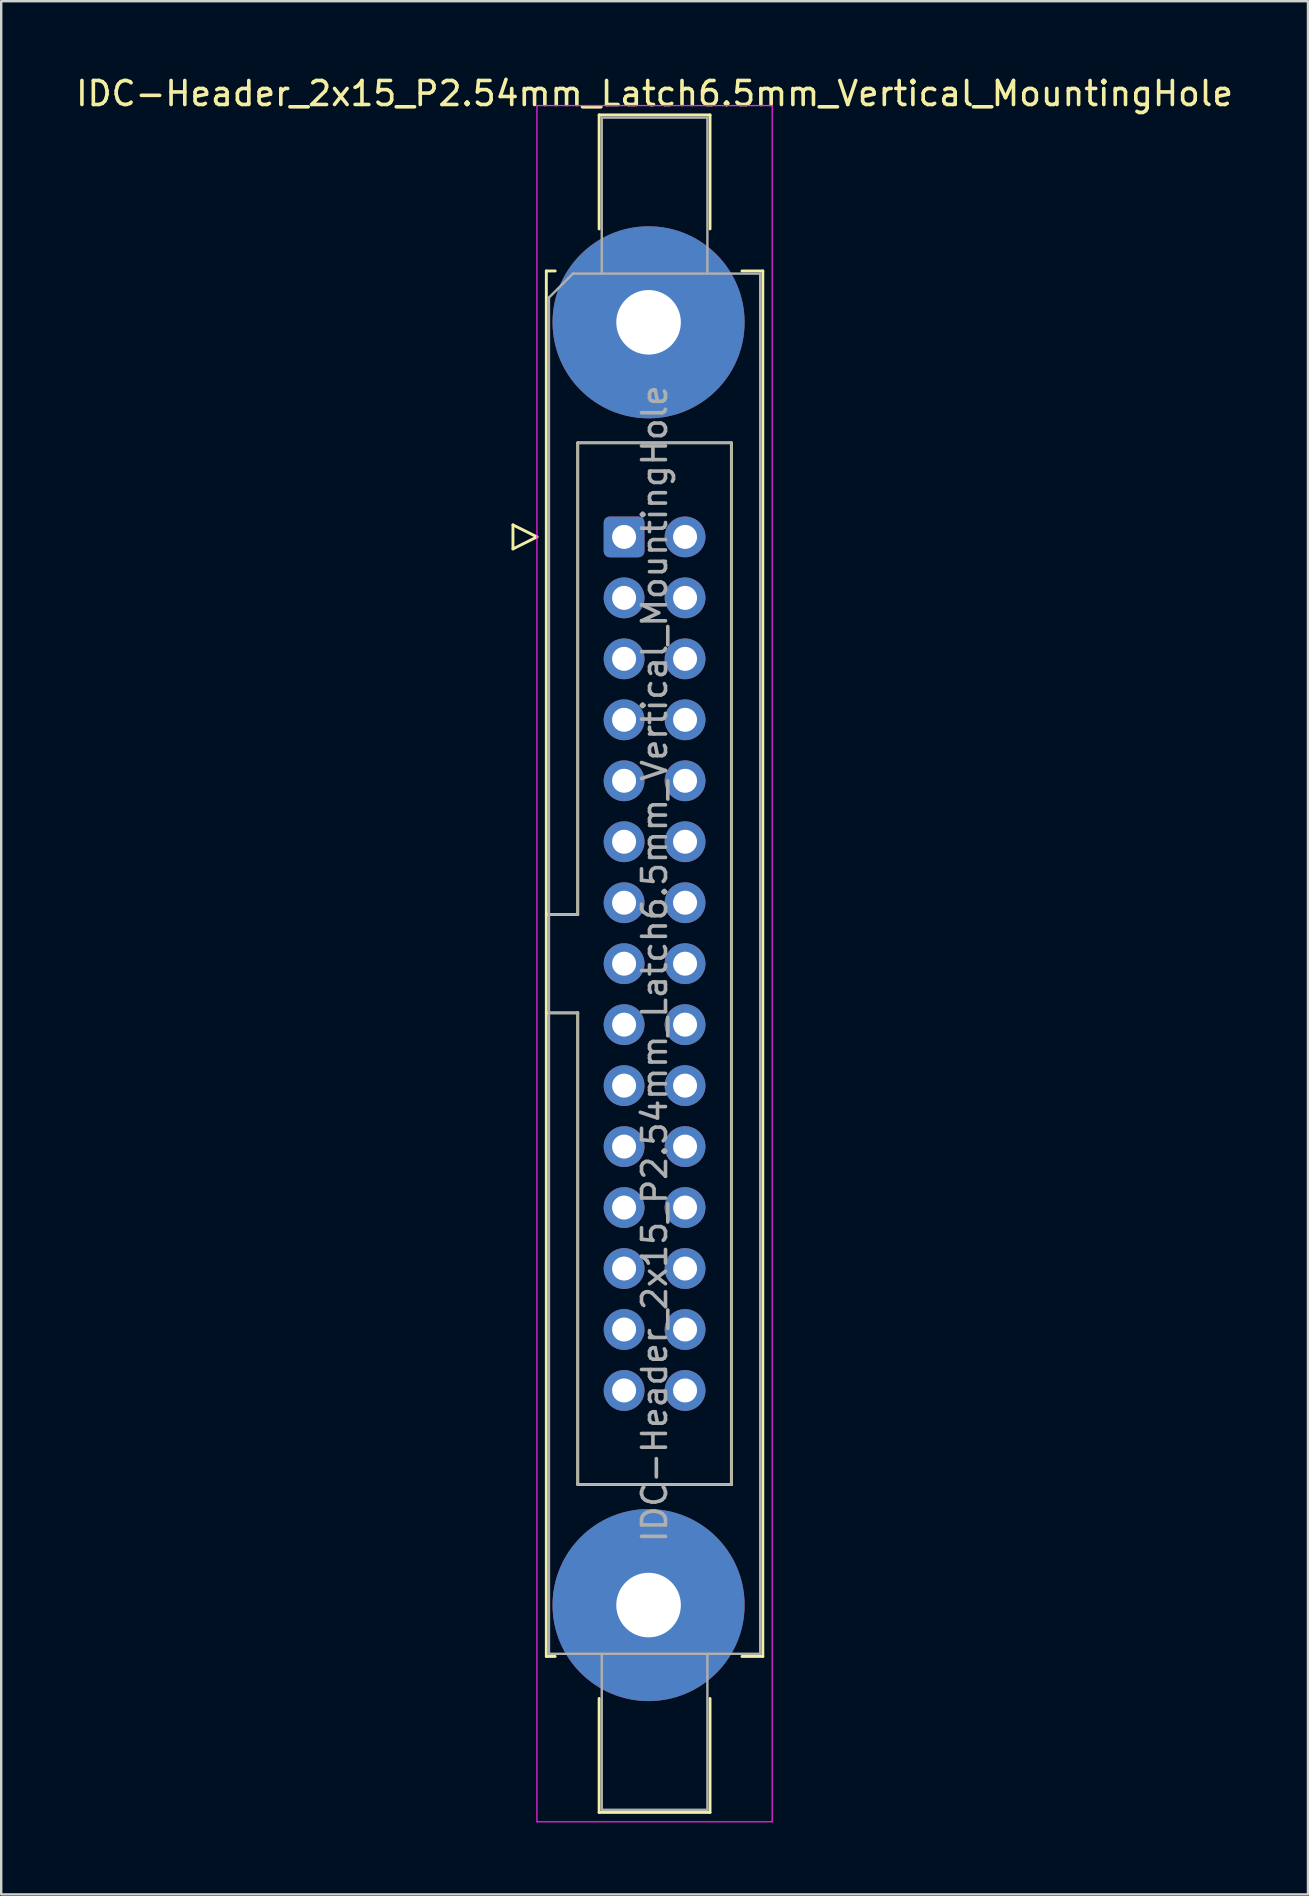
<source format=kicad_pcb>
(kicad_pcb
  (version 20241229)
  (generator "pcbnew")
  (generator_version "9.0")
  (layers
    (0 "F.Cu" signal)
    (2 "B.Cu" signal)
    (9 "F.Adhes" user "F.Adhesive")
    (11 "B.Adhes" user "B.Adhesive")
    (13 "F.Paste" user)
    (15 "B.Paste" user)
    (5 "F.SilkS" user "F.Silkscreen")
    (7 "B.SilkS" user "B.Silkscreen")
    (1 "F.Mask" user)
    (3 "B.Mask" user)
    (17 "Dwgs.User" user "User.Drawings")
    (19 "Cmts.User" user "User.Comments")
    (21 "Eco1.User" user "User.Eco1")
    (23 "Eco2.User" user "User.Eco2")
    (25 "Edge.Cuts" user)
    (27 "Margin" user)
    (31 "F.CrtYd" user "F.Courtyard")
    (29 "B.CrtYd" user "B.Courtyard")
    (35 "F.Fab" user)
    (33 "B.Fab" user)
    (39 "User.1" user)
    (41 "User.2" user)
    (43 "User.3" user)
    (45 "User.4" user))
  (footprint "IDC-Header_2x15_P2.54mm_Latch6.5mm_Vertical_MountingHole"
    (layer "F.Cu")
    (at 22.95 19.318)
    (property "Reference" "IDC-Header_2x15_P2.54mm_Latch6.5mm_Vertical_MountingHole" (at 1.27 -18.47 0) (layer "F.SilkS") (effects (font (size 1 1) (thickness 0.15))))
    (attr through_hole)
    (fp_line (start -4.63 -0.5) (end -4.63 0.5) (stroke (width 0.12) (type solid)) (layer "F.SilkS"))
    (fp_line (start -4.63 0.5) (end -3.63 0) (stroke (width 0.12) (type solid)) (layer "F.SilkS"))
    (fp_line (start -3.63 0) (end -4.63 -0.5) (stroke (width 0.12) (type solid)) (layer "F.SilkS"))
    (fp_line (start -3.24 -11.08) (end -3.24 46.64) (stroke (width 0.12) (type solid)) (layer "F.SilkS"))
    (fp_line (start -3.24 15.73) (end -1.93 15.73) (stroke (width 0.12) (type solid)) (layer "F.SilkS"))
    (fp_line (start -3.24 46.64) (end -2.87 46.64) (stroke (width 0.12) (type solid)) (layer "F.SilkS"))
    (fp_line (start -2.87 -11.08) (end -3.24 -11.08) (stroke (width 0.12) (type solid)) (layer "F.SilkS"))
    (fp_line (start -1.93 -3.92) (end 4.47 -3.92) (stroke (width 0.12) (type solid)) (layer "F.SilkS"))
    (fp_line (start -1.93 15.73) (end -1.93 -3.92) (stroke (width 0.12) (type solid)) (layer "F.SilkS"))
    (fp_line (start -1.93 19.83) (end -3.24 19.83) (stroke (width 0.12) (type solid)) (layer "F.SilkS"))
    (fp_line (start -1.93 19.83) (end -1.93 19.83) (stroke (width 0.12) (type solid)) (layer "F.SilkS"))
    (fp_line (start -1.93 39.48) (end -1.93 19.83) (stroke (width 0.12) (type solid)) (layer "F.SilkS"))
    (fp_line (start -1.04 -17.58) (end 3.58 -17.58) (stroke (width 0.12) (type solid)) (layer "F.SilkS"))
    (fp_line (start -1.04 -12.83) (end -1.04 -17.58) (stroke (width 0.12) (type solid)) (layer "F.SilkS"))
    (fp_line (start -1.04 48.39) (end -1.04 53.14) (stroke (width 0.12) (type solid)) (layer "F.SilkS"))
    (fp_line (start -1.04 53.14) (end 3.58 53.14) (stroke (width 0.12) (type solid)) (layer "F.SilkS"))
    (fp_line (start 3.58 -17.58) (end 3.58 -12.83) (stroke (width 0.12) (type solid)) (layer "F.SilkS"))
    (fp_line (start 3.58 53.14) (end 3.58 48.39) (stroke (width 0.12) (type solid)) (layer "F.SilkS"))
    (fp_line (start 4.47 -3.92) (end 4.47 39.48) (stroke (width 0.12) (type solid)) (layer "F.SilkS"))
    (fp_line (start 4.47 39.48) (end -1.93 39.48) (stroke (width 0.12) (type solid)) (layer "F.SilkS"))
    (fp_line (start 4.91 -11.08) (end 5.78 -11.08) (stroke (width 0.12) (type solid)) (layer "F.SilkS"))
    (fp_line (start 5.78 -11.08) (end 5.78 46.64) (stroke (width 0.12) (type solid)) (layer "F.SilkS"))
    (fp_line (start 5.78 46.64) (end 4.91 46.64) (stroke (width 0.12) (type solid)) (layer "F.SilkS"))
    (fp_line (start -3.63 -17.97) (end -3.63 53.53) (stroke (width 0.05) (type solid)) (layer "F.CrtYd"))
    (fp_line (start -3.63 53.53) (end 6.17 53.53) (stroke (width 0.05) (type solid)) (layer "F.CrtYd"))
    (fp_line (start 6.17 -17.97) (end -3.63 -17.97) (stroke (width 0.05) (type solid)) (layer "F.CrtYd"))
    (fp_line (start 6.17 53.53) (end 6.17 -17.97) (stroke (width 0.05) (type solid)) (layer "F.CrtYd"))
    (fp_line (start -3.13 -9.97) (end -2.13 -10.97) (stroke (width 0.1) (type solid)) (layer "F.Fab"))
    (fp_line (start -3.13 15.73) (end -1.93 15.73) (stroke (width 0.1) (type solid)) (layer "F.Fab"))
    (fp_line (start -3.13 46.53) (end -3.13 -9.97) (stroke (width 0.1) (type solid)) (layer "F.Fab"))
    (fp_line (start -2.13 -10.97) (end 5.67 -10.97) (stroke (width 0.1) (type solid)) (layer "F.Fab"))
    (fp_line (start -1.93 -3.92) (end 4.47 -3.92) (stroke (width 0.1) (type solid)) (layer "F.Fab"))
    (fp_line (start -1.93 15.73) (end -1.93 -3.92) (stroke (width 0.1) (type solid)) (layer "F.Fab"))
    (fp_line (start -1.93 19.83) (end -3.13 19.83) (stroke (width 0.1) (type solid)) (layer "F.Fab"))
    (fp_line (start -1.93 19.83) (end -1.93 19.83) (stroke (width 0.1) (type solid)) (layer "F.Fab"))
    (fp_line (start -1.93 39.48) (end -1.93 19.83) (stroke (width 0.1) (type solid)) (layer "F.Fab"))
    (fp_line (start -0.93 -17.47) (end 3.47 -17.47) (stroke (width 0.1) (type solid)) (layer "F.Fab"))
    (fp_line (start -0.93 -10.97) (end -0.93 -17.47) (stroke (width 0.1) (type solid)) (layer "F.Fab"))
    (fp_line (start -0.93 46.53) (end -0.93 53.03) (stroke (width 0.1) (type solid)) (layer "F.Fab"))
    (fp_line (start -0.93 53.03) (end 3.47 53.03) (stroke (width 0.1) (type solid)) (layer "F.Fab"))
    (fp_line (start 3.47 -17.47) (end 3.47 -10.97) (stroke (width 0.1) (type solid)) (layer "F.Fab"))
    (fp_line (start 3.47 53.03) (end 3.47 46.53) (stroke (width 0.1) (type solid)) (layer "F.Fab"))
    (fp_line (start 4.47 -3.92) (end 4.47 39.48) (stroke (width 0.1) (type solid)) (layer "F.Fab"))
    (fp_line (start 4.47 39.48) (end -1.93 39.48) (stroke (width 0.1) (type solid)) (layer "F.Fab"))
    (fp_line (start 5.67 -10.97) (end 5.67 46.53) (stroke (width 0.1) (type solid)) (layer "F.Fab"))
    (fp_line (start 5.67 46.53) (end -3.13 46.53) (stroke (width 0.1) (type solid)) (layer "F.Fab"))
    (fp_text user "${REFERENCE}" (at 1.27 17.78 90) (layer "F.Fab") (effects (font (size 1 1) (thickness 0.15))))
    (pad "" thru_hole circle (at 1.02 -8.94) (size 8 8) (drill 2.69) (layers "*.Cu" "*.Mask"))
    (pad "" thru_hole circle (at 1.02 44.5) (size 8 8) (drill 2.69) (layers "*.Cu" "*.Mask"))
    (pad "1" thru_hole roundrect (at 0 0) (size 1.7 1.7) (drill 1) (layers "*.Cu" "*.Mask") (roundrect_rratio 0.147))
    (pad "2" thru_hole circle (at 2.54 0) (size 1.7 1.7) (drill 1) (layers "*.Cu" "*.Mask"))
    (pad "3" thru_hole circle (at 0 2.54) (size 1.7 1.7) (drill 1) (layers "*.Cu" "*.Mask"))
    (pad "4" thru_hole circle (at 2.54 2.54) (size 1.7 1.7) (drill 1) (layers "*.Cu" "*.Mask"))
    (pad "5" thru_hole circle (at 0 5.08) (size 1.7 1.7) (drill 1) (layers "*.Cu" "*.Mask"))
    (pad "6" thru_hole circle (at 2.54 5.08) (size 1.7 1.7) (drill 1) (layers "*.Cu" "*.Mask"))
    (pad "7" thru_hole circle (at 0 7.62) (size 1.7 1.7) (drill 1) (layers "*.Cu" "*.Mask"))
    (pad "8" thru_hole circle (at 2.54 7.62) (size 1.7 1.7) (drill 1) (layers "*.Cu" "*.Mask"))
    (pad "9" thru_hole circle (at 0 10.16) (size 1.7 1.7) (drill 1) (layers "*.Cu" "*.Mask"))
    (pad "10" thru_hole circle (at 2.54 10.16) (size 1.7 1.7) (drill 1) (layers "*.Cu" "*.Mask"))
    (pad "11" thru_hole circle (at 0 12.7) (size 1.7 1.7) (drill 1) (layers "*.Cu" "*.Mask"))
    (pad "12" thru_hole circle (at 2.54 12.7) (size 1.7 1.7) (drill 1) (layers "*.Cu" "*.Mask"))
    (pad "13" thru_hole circle (at 0 15.24) (size 1.7 1.7) (drill 1) (layers "*.Cu" "*.Mask"))
    (pad "14" thru_hole circle (at 2.54 15.24) (size 1.7 1.7) (drill 1) (layers "*.Cu" "*.Mask"))
    (pad "15" thru_hole circle (at 0 17.78) (size 1.7 1.7) (drill 1) (layers "*.Cu" "*.Mask"))
    (pad "16" thru_hole circle (at 2.54 17.78) (size 1.7 1.7) (drill 1) (layers "*.Cu" "*.Mask"))
    (pad "17" thru_hole circle (at 0 20.32) (size 1.7 1.7) (drill 1) (layers "*.Cu" "*.Mask"))
    (pad "18" thru_hole circle (at 2.54 20.32) (size 1.7 1.7) (drill 1) (layers "*.Cu" "*.Mask"))
    (pad "19" thru_hole circle (at 0 22.86) (size 1.7 1.7) (drill 1) (layers "*.Cu" "*.Mask"))
    (pad "20" thru_hole circle (at 2.54 22.86) (size 1.7 1.7) (drill 1) (layers "*.Cu" "*.Mask"))
    (pad "21" thru_hole circle (at 0 25.4) (size 1.7 1.7) (drill 1) (layers "*.Cu" "*.Mask"))
    (pad "22" thru_hole circle (at 2.54 25.4) (size 1.7 1.7) (drill 1) (layers "*.Cu" "*.Mask"))
    (pad "23" thru_hole circle (at 0 27.94) (size 1.7 1.7) (drill 1) (layers "*.Cu" "*.Mask"))
    (pad "24" thru_hole circle (at 2.54 27.94) (size 1.7 1.7) (drill 1) (layers "*.Cu" "*.Mask"))
    (pad "25" thru_hole circle (at 0 30.48) (size 1.7 1.7) (drill 1) (layers "*.Cu" "*.Mask"))
    (pad "26" thru_hole circle (at 2.54 30.48) (size 1.7 1.7) (drill 1) (layers "*.Cu" "*.Mask"))
    (pad "27" thru_hole circle (at 0 33.02) (size 1.7 1.7) (drill 1) (layers "*.Cu" "*.Mask"))
    (pad "28" thru_hole circle (at 2.54 33.02) (size 1.7 1.7) (drill 1) (layers "*.Cu" "*.Mask"))
    (pad "29" thru_hole circle (at 0 35.56) (size 1.7 1.7) (drill 1) (layers "*.Cu" "*.Mask"))
    (pad "30" thru_hole circle (at 2.54 35.56) (size 1.7 1.7) (drill 1) (layers "*.Cu" "*.Mask")))
  (gr_rect
    (start -3 -3)
    (end 51.44 75.873)
    (stroke (width 0.1) (type default))
    (fill no)
    (layer "Edge.Cuts")))
</source>
